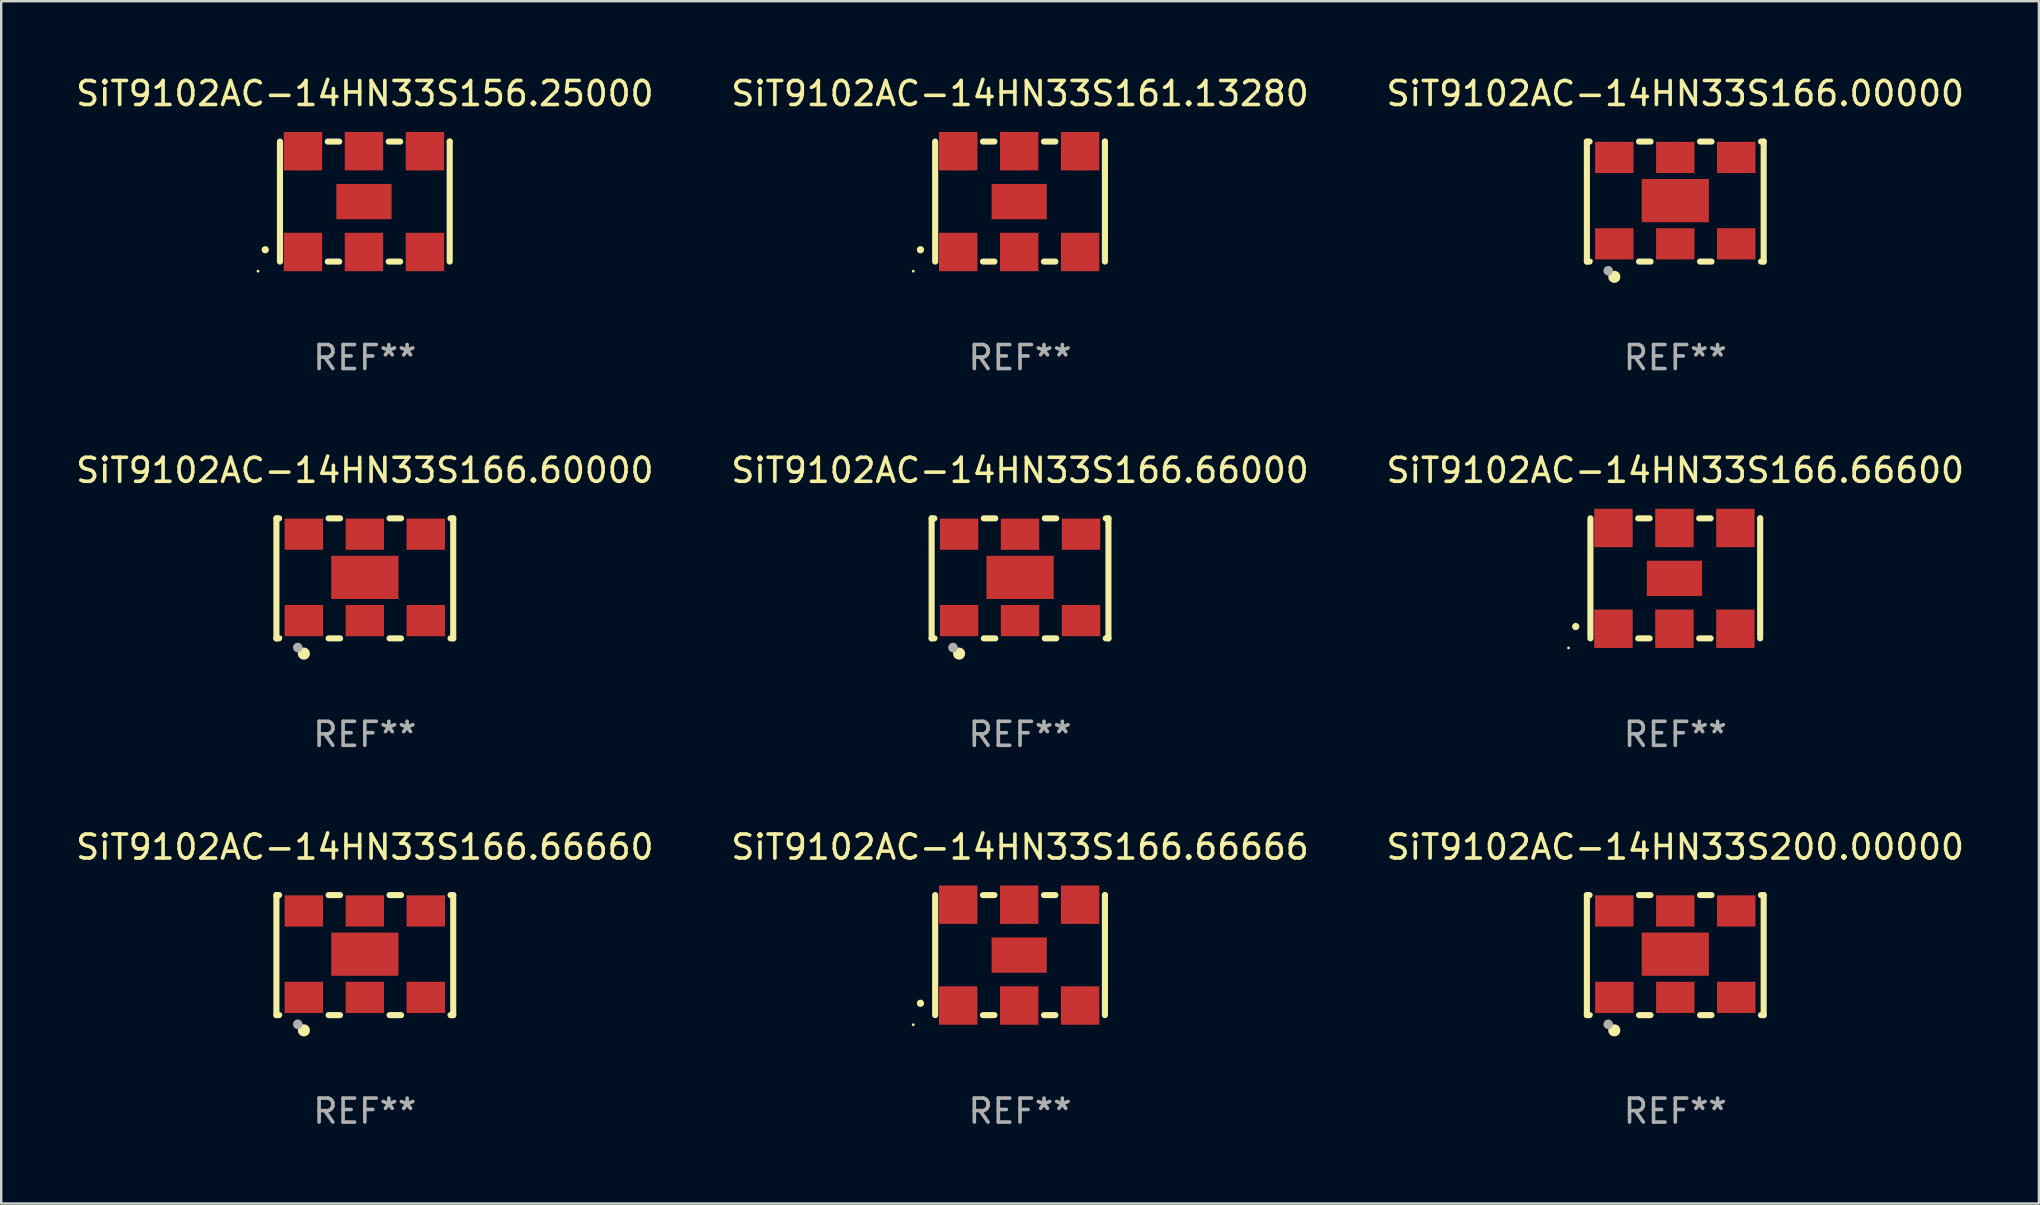
<source format=kicad_pcb>
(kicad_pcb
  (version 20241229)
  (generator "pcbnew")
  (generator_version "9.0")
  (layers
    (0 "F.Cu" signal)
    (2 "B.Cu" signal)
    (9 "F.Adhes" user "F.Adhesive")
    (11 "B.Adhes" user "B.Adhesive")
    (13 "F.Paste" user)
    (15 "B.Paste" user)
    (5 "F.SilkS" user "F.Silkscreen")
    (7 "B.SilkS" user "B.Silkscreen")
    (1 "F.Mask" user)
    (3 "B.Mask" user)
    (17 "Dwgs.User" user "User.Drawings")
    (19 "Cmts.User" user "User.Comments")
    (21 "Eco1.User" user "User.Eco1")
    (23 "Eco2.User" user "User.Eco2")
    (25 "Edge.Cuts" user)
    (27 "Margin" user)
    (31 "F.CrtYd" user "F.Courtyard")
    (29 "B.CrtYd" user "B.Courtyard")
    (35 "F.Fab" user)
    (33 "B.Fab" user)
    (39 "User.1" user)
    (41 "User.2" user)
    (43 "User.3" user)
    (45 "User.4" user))
  (footprint "SiT9102AC-14HN33S166.66666"
    (layer "F.Cu")
    (at 39.446 36.741)
    (property "Reference" "SiT9102AC-14HN33S166.66666" (at 0 -4.5 0) (layer "F.SilkS") (effects (font (size 1 1) (thickness 0.15))))
    (attr through_hole)
    (fp_line (start -3.536 -2.5) (end -3.536 2.5) (stroke (width 0.254) (type solid)) (layer "F.SilkS"))
    (fp_line (start -1.544 2.5) (end -1.067 2.5) (stroke (width 0.254) (type solid)) (layer "F.SilkS"))
    (fp_line (start -1.067 -2.5) (end -1.544 -2.5) (stroke (width 0.254) (type solid)) (layer "F.SilkS"))
    (fp_line (start 0.996 2.5) (end 1.473 2.5) (stroke (width 0.254) (type solid)) (layer "F.SilkS"))
    (fp_line (start 1.473 -2.5) (end 0.996 -2.5) (stroke (width 0.254) (type solid)) (layer "F.SilkS"))
    (fp_line (start 3.536 -2.5) (end 3.536 -2.5) (stroke (width 0.254) (type solid)) (layer "F.SilkS"))
    (fp_line (start 3.536 2.5) (end 3.536 -2.5) (stroke (width 0.254) (type solid)) (layer "F.SilkS"))
    (fp_arc (start -4.150432 2.006604) (mid -4.149162 2.006599) (end -4.147892 2.006604) (stroke (width 0.3) (type solid)) (layer "F.SilkS"))
    (fp_circle (center -4.449 2.9) (end -4.419 2.9) (stroke (width 0.06) (type solid)) (fill no) (layer "F.SilkS"))
    (fp_text user "REF**" (at 0 6.5 0) (layer "F.Fab") (effects (font (size 1 1) (thickness 0.15))))
    (pad "1" smd rect (at -2.576 2.1) (size 1.6 1.6) (layers "F.Cu" "F.Mask" "F.Paste"))
    (pad "2" smd rect (at -0.036 2.1) (size 1.6 1.6) (layers "F.Cu" "F.Mask" "F.Paste"))
    (pad "3" smd rect (at 2.504 2.1) (size 1.6 1.6) (layers "F.Cu" "F.Mask" "F.Paste"))
    (pad "4" smd rect (at 2.504 -2.1) (size 1.6 1.6) (layers "F.Cu" "F.Mask" "F.Paste"))
    (pad "5" smd rect (at -0.036 -2.1) (size 1.6 1.6) (layers "F.Cu" "F.Mask" "F.Paste"))
    (pad "6" smd rect (at -2.576 -2.1) (size 1.6 1.6) (layers "F.Cu" "F.Mask" "F.Paste"))
    (pad "7" smd rect (at -0.036 0) (size 2.3 1.47) (layers "F.Cu" "F.Mask" "F.Paste")))
  (footprint "SiT9102AC-14HN33S166.66600"
    (layer "F.Cu")
    (at 66.744 21.045)
    (property "Reference" "SiT9102AC-14HN33S166.66600" (at 0 -4.5 0) (layer "F.SilkS") (effects (font (size 1 1) (thickness 0.15))))
    (attr through_hole)
    (fp_line (start -3.536 -2.5) (end -3.536 2.5) (stroke (width 0.254) (type solid)) (layer "F.SilkS"))
    (fp_line (start -1.544 2.5) (end -1.067 2.5) (stroke (width 0.254) (type solid)) (layer "F.SilkS"))
    (fp_line (start -1.067 -2.5) (end -1.544 -2.5) (stroke (width 0.254) (type solid)) (layer "F.SilkS"))
    (fp_line (start 0.996 2.5) (end 1.473 2.5) (stroke (width 0.254) (type solid)) (layer "F.SilkS"))
    (fp_line (start 1.473 -2.5) (end 0.996 -2.5) (stroke (width 0.254) (type solid)) (layer "F.SilkS"))
    (fp_line (start 3.536 -2.5) (end 3.536 -2.5) (stroke (width 0.254) (type solid)) (layer "F.SilkS"))
    (fp_line (start 3.536 2.5) (end 3.536 -2.5) (stroke (width 0.254) (type solid)) (layer "F.SilkS"))
    (fp_arc (start -4.150432 2.006604) (mid -4.149162 2.006599) (end -4.147892 2.006604) (stroke (width 0.3) (type solid)) (layer "F.SilkS"))
    (fp_circle (center -4.449 2.9) (end -4.419 2.9) (stroke (width 0.06) (type solid)) (fill no) (layer "F.SilkS"))
    (fp_text user "REF**" (at 0 6.5 0) (layer "F.Fab") (effects (font (size 1 1) (thickness 0.15))))
    (pad "1" smd rect (at -2.576 2.1) (size 1.6 1.6) (layers "F.Cu" "F.Mask" "F.Paste"))
    (pad "2" smd rect (at -0.036 2.1) (size 1.6 1.6) (layers "F.Cu" "F.Mask" "F.Paste"))
    (pad "3" smd rect (at 2.504 2.1) (size 1.6 1.6) (layers "F.Cu" "F.Mask" "F.Paste"))
    (pad "4" smd rect (at 2.504 -2.1) (size 1.6 1.6) (layers "F.Cu" "F.Mask" "F.Paste"))
    (pad "5" smd rect (at -0.036 -2.1) (size 1.6 1.6) (layers "F.Cu" "F.Mask" "F.Paste"))
    (pad "6" smd rect (at -2.576 -2.1) (size 1.6 1.6) (layers "F.Cu" "F.Mask" "F.Paste"))
    (pad "7" smd rect (at -0.036 0) (size 2.3 1.47) (layers "F.Cu" "F.Mask" "F.Paste")))
  (footprint "SiT9102AC-14HN33S161.13280"
    (layer "F.Cu")
    (at 39.446 5.348)
    (property "Reference" "SiT9102AC-14HN33S161.13280" (at 0 -4.5 0) (layer "F.SilkS") (effects (font (size 1 1) (thickness 0.15))))
    (attr through_hole)
    (fp_line (start -3.536 -2.5) (end -3.536 2.5) (stroke (width 0.254) (type solid)) (layer "F.SilkS"))
    (fp_line (start -1.544 2.5) (end -1.067 2.5) (stroke (width 0.254) (type solid)) (layer "F.SilkS"))
    (fp_line (start -1.067 -2.5) (end -1.544 -2.5) (stroke (width 0.254) (type solid)) (layer "F.SilkS"))
    (fp_line (start 0.996 2.5) (end 1.473 2.5) (stroke (width 0.254) (type solid)) (layer "F.SilkS"))
    (fp_line (start 1.473 -2.5) (end 0.996 -2.5) (stroke (width 0.254) (type solid)) (layer "F.SilkS"))
    (fp_line (start 3.536 -2.5) (end 3.536 -2.5) (stroke (width 0.254) (type solid)) (layer "F.SilkS"))
    (fp_line (start 3.536 2.5) (end 3.536 -2.5) (stroke (width 0.254) (type solid)) (layer "F.SilkS"))
    (fp_arc (start -4.150432 2.006604) (mid -4.149162 2.006599) (end -4.147892 2.006604) (stroke (width 0.3) (type solid)) (layer "F.SilkS"))
    (fp_circle (center -4.449 2.9) (end -4.419 2.9) (stroke (width 0.06) (type solid)) (fill no) (layer "F.SilkS"))
    (fp_text user "REF**" (at 0 6.5 0) (layer "F.Fab") (effects (font (size 1 1) (thickness 0.15))))
    (pad "1" smd rect (at -2.576 2.1) (size 1.6 1.6) (layers "F.Cu" "F.Mask" "F.Paste"))
    (pad "2" smd rect (at -0.036 2.1) (size 1.6 1.6) (layers "F.Cu" "F.Mask" "F.Paste"))
    (pad "3" smd rect (at 2.504 2.1) (size 1.6 1.6) (layers "F.Cu" "F.Mask" "F.Paste"))
    (pad "4" smd rect (at 2.504 -2.1) (size 1.6 1.6) (layers "F.Cu" "F.Mask" "F.Paste"))
    (pad "5" smd rect (at -0.036 -2.1) (size 1.6 1.6) (layers "F.Cu" "F.Mask" "F.Paste"))
    (pad "6" smd rect (at -2.576 -2.1) (size 1.6 1.6) (layers "F.Cu" "F.Mask" "F.Paste"))
    (pad "7" smd rect (at -0.036 0) (size 2.3 1.47) (layers "F.Cu" "F.Mask" "F.Paste")))
  (footprint "SiT9102AC-14HN33S156.25000"
    (layer "F.Cu")
    (at 12.149 5.348)
    (property "Reference" "SiT9102AC-14HN33S156.25000" (at 0 -4.5 0) (layer "F.SilkS") (effects (font (size 1 1) (thickness 0.15))))
    (attr through_hole)
    (fp_line (start -3.536 -2.5) (end -3.536 2.5) (stroke (width 0.254) (type solid)) (layer "F.SilkS"))
    (fp_line (start -1.544 2.5) (end -1.067 2.5) (stroke (width 0.254) (type solid)) (layer "F.SilkS"))
    (fp_line (start -1.067 -2.5) (end -1.544 -2.5) (stroke (width 0.254) (type solid)) (layer "F.SilkS"))
    (fp_line (start 0.996 2.5) (end 1.473 2.5) (stroke (width 0.254) (type solid)) (layer "F.SilkS"))
    (fp_line (start 1.473 -2.5) (end 0.996 -2.5) (stroke (width 0.254) (type solid)) (layer "F.SilkS"))
    (fp_line (start 3.536 -2.5) (end 3.536 -2.5) (stroke (width 0.254) (type solid)) (layer "F.SilkS"))
    (fp_line (start 3.536 2.5) (end 3.536 -2.5) (stroke (width 0.254) (type solid)) (layer "F.SilkS"))
    (fp_arc (start -4.150432 2.006604) (mid -4.149162 2.006599) (end -4.147892 2.006604) (stroke (width 0.3) (type solid)) (layer "F.SilkS"))
    (fp_circle (center -4.449 2.9) (end -4.419 2.9) (stroke (width 0.06) (type solid)) (fill no) (layer "F.SilkS"))
    (fp_text user "REF**" (at 0 6.5 0) (layer "F.Fab") (effects (font (size 1 1) (thickness 0.15))))
    (pad "1" smd rect (at -2.576 2.1) (size 1.6 1.6) (layers "F.Cu" "F.Mask" "F.Paste"))
    (pad "2" smd rect (at -0.036 2.1) (size 1.6 1.6) (layers "F.Cu" "F.Mask" "F.Paste"))
    (pad "3" smd rect (at 2.504 2.1) (size 1.6 1.6) (layers "F.Cu" "F.Mask" "F.Paste"))
    (pad "4" smd rect (at 2.504 -2.1) (size 1.6 1.6) (layers "F.Cu" "F.Mask" "F.Paste"))
    (pad "5" smd rect (at -0.036 -2.1) (size 1.6 1.6) (layers "F.Cu" "F.Mask" "F.Paste"))
    (pad "6" smd rect (at -2.576 -2.1) (size 1.6 1.6) (layers "F.Cu" "F.Mask" "F.Paste"))
    (pad "7" smd rect (at -0.036 0) (size 2.3 1.47) (layers "F.Cu" "F.Mask" "F.Paste")))
  (footprint "SiT9102AC-14HN33S200.00000"
    (layer "F.Cu")
    (at 66.744 36.741)
    (property "Reference" "SiT9102AC-14HN33S200.00000" (at 0 -4.5 0) (layer "F.SilkS") (effects (font (size 1 1) (thickness 0.15))))
    (attr through_hole)
    (fp_line (start -3.683 -2.5) (end -3.571 -2.5) (stroke (width 0.254) (type solid)) (layer "F.SilkS"))
    (fp_line (start -3.683 2.5) (end -3.683 -2.5) (stroke (width 0.254) (type solid)) (layer "F.SilkS"))
    (fp_line (start -3.683 2.5) (end -3.571 2.5) (stroke (width 0.254) (type solid)) (layer "F.SilkS"))
    (fp_line (start -1.509 -2.5) (end -1.031 -2.5) (stroke (width 0.254) (type solid)) (layer "F.SilkS"))
    (fp_line (start -1.509 2.5) (end -1.031 2.5) (stroke (width 0.254) (type solid)) (layer "F.SilkS"))
    (fp_line (start 1.031 -2.5) (end 1.509 -2.5) (stroke (width 0.254) (type solid)) (layer "F.SilkS"))
    (fp_line (start 1.031 2.5) (end 1.509 2.5) (stroke (width 0.254) (type solid)) (layer "F.SilkS"))
    (fp_line (start 3.571 -2.5) (end 3.683 -2.5) (stroke (width 0.254) (type solid)) (layer "F.SilkS"))
    (fp_line (start 3.571 2.5) (end 3.683 2.5) (stroke (width 0.254) (type solid)) (layer "F.SilkS"))
    (fp_line (start 3.683 2.5) (end 3.683 -2.5) (stroke (width 0.254) (type solid)) (layer "F.SilkS"))
    (fp_circle (center -3.5 2.46) (end -3.47 2.46) (stroke (width 0.06) (type solid)) (fill no) (layer "F.SilkS"))
    (fp_circle (center -2.54 3.135) (end -2.413 3.135) (stroke (width 0.254) (type solid)) (fill no) (layer "F.SilkS"))
    (fp_circle (center -2.794 2.881) (end -2.694 2.881) (stroke (width 0.2) (type solid)) (fill no) (layer "F.Fab"))
    (fp_text user "REF**" (at 0 6.5 0) (layer "F.Fab") (effects (font (size 1 1) (thickness 0.15))))
    (pad "1" smd rect (at -2.54 1.76) (size 1.6 1.3) (layers "F.Cu" "F.Mask" "F.Paste"))
    (pad "2" smd rect (at 0 1.76) (size 1.6 1.3) (layers "F.Cu" "F.Mask" "F.Paste"))
    (pad "3" smd rect (at 2.54 1.76) (size 1.6 1.3) (layers "F.Cu" "F.Mask" "F.Paste"))
    (pad "4" smd rect (at 2.54 -1.84) (size 1.6 1.3) (layers "F.Cu" "F.Mask" "F.Paste"))
    (pad "5" smd rect (at 0 -1.84) (size 1.6 1.3) (layers "F.Cu" "F.Mask" "F.Paste"))
    (pad "6" smd rect (at -2.54 -1.84) (size 1.6 1.3) (layers "F.Cu" "F.Mask" "F.Paste"))
    (pad "7" smd rect (at 0 -0.04) (size 2.8 1.8) (layers "F.Cu" "F.Mask" "F.Paste")))
  (footprint "SiT9102AC-14HN33S166.00000"
    (layer "F.Cu")
    (at 66.744 5.348)
    (property "Reference" "SiT9102AC-14HN33S166.00000" (at 0 -4.5 0) (layer "F.SilkS") (effects (font (size 1 1) (thickness 0.15))))
    (attr through_hole)
    (fp_line (start -3.683 -2.5) (end -3.571 -2.5) (stroke (width 0.254) (type solid)) (layer "F.SilkS"))
    (fp_line (start -3.683 2.5) (end -3.683 -2.5) (stroke (width 0.254) (type solid)) (layer "F.SilkS"))
    (fp_line (start -3.683 2.5) (end -3.571 2.5) (stroke (width 0.254) (type solid)) (layer "F.SilkS"))
    (fp_line (start -1.509 -2.5) (end -1.031 -2.5) (stroke (width 0.254) (type solid)) (layer "F.SilkS"))
    (fp_line (start -1.509 2.5) (end -1.031 2.5) (stroke (width 0.254) (type solid)) (layer "F.SilkS"))
    (fp_line (start 1.031 -2.5) (end 1.509 -2.5) (stroke (width 0.254) (type solid)) (layer "F.SilkS"))
    (fp_line (start 1.031 2.5) (end 1.509 2.5) (stroke (width 0.254) (type solid)) (layer "F.SilkS"))
    (fp_line (start 3.571 -2.5) (end 3.683 -2.5) (stroke (width 0.254) (type solid)) (layer "F.SilkS"))
    (fp_line (start 3.571 2.5) (end 3.683 2.5) (stroke (width 0.254) (type solid)) (layer "F.SilkS"))
    (fp_line (start 3.683 2.5) (end 3.683 -2.5) (stroke (width 0.254) (type solid)) (layer "F.SilkS"))
    (fp_circle (center -3.5 2.46) (end -3.47 2.46) (stroke (width 0.06) (type solid)) (fill no) (layer "F.SilkS"))
    (fp_circle (center -2.54 3.135) (end -2.413 3.135) (stroke (width 0.254) (type solid)) (fill no) (layer "F.SilkS"))
    (fp_circle (center -2.794 2.881) (end -2.694 2.881) (stroke (width 0.2) (type solid)) (fill no) (layer "F.Fab"))
    (fp_text user "REF**" (at 0 6.5 0) (layer "F.Fab") (effects (font (size 1 1) (thickness 0.15))))
    (pad "1" smd rect (at -2.54 1.76) (size 1.6 1.3) (layers "F.Cu" "F.Mask" "F.Paste"))
    (pad "2" smd rect (at 0 1.76) (size 1.6 1.3) (layers "F.Cu" "F.Mask" "F.Paste"))
    (pad "3" smd rect (at 2.54 1.76) (size 1.6 1.3) (layers "F.Cu" "F.Mask" "F.Paste"))
    (pad "4" smd rect (at 2.54 -1.84) (size 1.6 1.3) (layers "F.Cu" "F.Mask" "F.Paste"))
    (pad "5" smd rect (at 0 -1.84) (size 1.6 1.3) (layers "F.Cu" "F.Mask" "F.Paste"))
    (pad "6" smd rect (at -2.54 -1.84) (size 1.6 1.3) (layers "F.Cu" "F.Mask" "F.Paste"))
    (pad "7" smd rect (at 0 -0.04) (size 2.8 1.8) (layers "F.Cu" "F.Mask" "F.Paste")))
  (footprint "SiT9102AC-14HN33S166.66660"
    (layer "F.Cu")
    (at 12.149 36.741)
    (property "Reference" "SiT9102AC-14HN33S166.66660" (at 0 -4.5 0) (layer "F.SilkS") (effects (font (size 1 1) (thickness 0.15))))
    (attr through_hole)
    (fp_line (start -3.683 -2.5) (end -3.571 -2.5) (stroke (width 0.254) (type solid)) (layer "F.SilkS"))
    (fp_line (start -3.683 2.5) (end -3.683 -2.5) (stroke (width 0.254) (type solid)) (layer "F.SilkS"))
    (fp_line (start -3.683 2.5) (end -3.571 2.5) (stroke (width 0.254) (type solid)) (layer "F.SilkS"))
    (fp_line (start -1.509 -2.5) (end -1.031 -2.5) (stroke (width 0.254) (type solid)) (layer "F.SilkS"))
    (fp_line (start -1.509 2.5) (end -1.031 2.5) (stroke (width 0.254) (type solid)) (layer "F.SilkS"))
    (fp_line (start 1.031 -2.5) (end 1.509 -2.5) (stroke (width 0.254) (type solid)) (layer "F.SilkS"))
    (fp_line (start 1.031 2.5) (end 1.509 2.5) (stroke (width 0.254) (type solid)) (layer "F.SilkS"))
    (fp_line (start 3.571 -2.5) (end 3.683 -2.5) (stroke (width 0.254) (type solid)) (layer "F.SilkS"))
    (fp_line (start 3.571 2.5) (end 3.683 2.5) (stroke (width 0.254) (type solid)) (layer "F.SilkS"))
    (fp_line (start 3.683 2.5) (end 3.683 -2.5) (stroke (width 0.254) (type solid)) (layer "F.SilkS"))
    (fp_circle (center -3.5 2.46) (end -3.47 2.46) (stroke (width 0.06) (type solid)) (fill no) (layer "F.SilkS"))
    (fp_circle (center -2.54 3.135) (end -2.413 3.135) (stroke (width 0.254) (type solid)) (fill no) (layer "F.SilkS"))
    (fp_circle (center -2.794 2.881) (end -2.694 2.881) (stroke (width 0.2) (type solid)) (fill no) (layer "F.Fab"))
    (fp_text user "REF**" (at 0 6.5 0) (layer "F.Fab") (effects (font (size 1 1) (thickness 0.15))))
    (pad "1" smd rect (at -2.54 1.76) (size 1.6 1.3) (layers "F.Cu" "F.Mask" "F.Paste"))
    (pad "2" smd rect (at 0 1.76) (size 1.6 1.3) (layers "F.Cu" "F.Mask" "F.Paste"))
    (pad "3" smd rect (at 2.54 1.76) (size 1.6 1.3) (layers "F.Cu" "F.Mask" "F.Paste"))
    (pad "4" smd rect (at 2.54 -1.84) (size 1.6 1.3) (layers "F.Cu" "F.Mask" "F.Paste"))
    (pad "5" smd rect (at 0 -1.84) (size 1.6 1.3) (layers "F.Cu" "F.Mask" "F.Paste"))
    (pad "6" smd rect (at -2.54 -1.84) (size 1.6 1.3) (layers "F.Cu" "F.Mask" "F.Paste"))
    (pad "7" smd rect (at 0 -0.04) (size 2.8 1.8) (layers "F.Cu" "F.Mask" "F.Paste")))
  (footprint "SiT9102AC-14HN33S166.66000"
    (layer "F.Cu")
    (at 39.446 21.045)
    (property "Reference" "SiT9102AC-14HN33S166.66000" (at 0 -4.5 0) (layer "F.SilkS") (effects (font (size 1 1) (thickness 0.15))))
    (attr through_hole)
    (fp_line (start -3.683 -2.5) (end -3.571 -2.5) (stroke (width 0.254) (type solid)) (layer "F.SilkS"))
    (fp_line (start -3.683 2.5) (end -3.683 -2.5) (stroke (width 0.254) (type solid)) (layer "F.SilkS"))
    (fp_line (start -3.683 2.5) (end -3.571 2.5) (stroke (width 0.254) (type solid)) (layer "F.SilkS"))
    (fp_line (start -1.509 -2.5) (end -1.031 -2.5) (stroke (width 0.254) (type solid)) (layer "F.SilkS"))
    (fp_line (start -1.509 2.5) (end -1.031 2.5) (stroke (width 0.254) (type solid)) (layer "F.SilkS"))
    (fp_line (start 1.031 -2.5) (end 1.509 -2.5) (stroke (width 0.254) (type solid)) (layer "F.SilkS"))
    (fp_line (start 1.031 2.5) (end 1.509 2.5) (stroke (width 0.254) (type solid)) (layer "F.SilkS"))
    (fp_line (start 3.571 -2.5) (end 3.683 -2.5) (stroke (width 0.254) (type solid)) (layer "F.SilkS"))
    (fp_line (start 3.571 2.5) (end 3.683 2.5) (stroke (width 0.254) (type solid)) (layer "F.SilkS"))
    (fp_line (start 3.683 2.5) (end 3.683 -2.5) (stroke (width 0.254) (type solid)) (layer "F.SilkS"))
    (fp_circle (center -3.5 2.46) (end -3.47 2.46) (stroke (width 0.06) (type solid)) (fill no) (layer "F.SilkS"))
    (fp_circle (center -2.54 3.135) (end -2.413 3.135) (stroke (width 0.254) (type solid)) (fill no) (layer "F.SilkS"))
    (fp_circle (center -2.794 2.881) (end -2.694 2.881) (stroke (width 0.2) (type solid)) (fill no) (layer "F.Fab"))
    (fp_text user "REF**" (at 0 6.5 0) (layer "F.Fab") (effects (font (size 1 1) (thickness 0.15))))
    (pad "1" smd rect (at -2.54 1.76) (size 1.6 1.3) (layers "F.Cu" "F.Mask" "F.Paste"))
    (pad "2" smd rect (at 0 1.76) (size 1.6 1.3) (layers "F.Cu" "F.Mask" "F.Paste"))
    (pad "3" smd rect (at 2.54 1.76) (size 1.6 1.3) (layers "F.Cu" "F.Mask" "F.Paste"))
    (pad "4" smd rect (at 2.54 -1.84) (size 1.6 1.3) (layers "F.Cu" "F.Mask" "F.Paste"))
    (pad "5" smd rect (at 0 -1.84) (size 1.6 1.3) (layers "F.Cu" "F.Mask" "F.Paste"))
    (pad "6" smd rect (at -2.54 -1.84) (size 1.6 1.3) (layers "F.Cu" "F.Mask" "F.Paste"))
    (pad "7" smd rect (at 0 -0.04) (size 2.8 1.8) (layers "F.Cu" "F.Mask" "F.Paste")))
  (footprint "SiT9102AC-14HN33S166.60000"
    (layer "F.Cu")
    (at 12.149 21.045)
    (property "Reference" "SiT9102AC-14HN33S166.60000" (at 0 -4.5 0) (layer "F.SilkS") (effects (font (size 1 1) (thickness 0.15))))
    (attr through_hole)
    (fp_line (start -3.683 -2.5) (end -3.571 -2.5) (stroke (width 0.254) (type solid)) (layer "F.SilkS"))
    (fp_line (start -3.683 2.5) (end -3.683 -2.5) (stroke (width 0.254) (type solid)) (layer "F.SilkS"))
    (fp_line (start -3.683 2.5) (end -3.571 2.5) (stroke (width 0.254) (type solid)) (layer "F.SilkS"))
    (fp_line (start -1.509 -2.5) (end -1.031 -2.5) (stroke (width 0.254) (type solid)) (layer "F.SilkS"))
    (fp_line (start -1.509 2.5) (end -1.031 2.5) (stroke (width 0.254) (type solid)) (layer "F.SilkS"))
    (fp_line (start 1.031 -2.5) (end 1.509 -2.5) (stroke (width 0.254) (type solid)) (layer "F.SilkS"))
    (fp_line (start 1.031 2.5) (end 1.509 2.5) (stroke (width 0.254) (type solid)) (layer "F.SilkS"))
    (fp_line (start 3.571 -2.5) (end 3.683 -2.5) (stroke (width 0.254) (type solid)) (layer "F.SilkS"))
    (fp_line (start 3.571 2.5) (end 3.683 2.5) (stroke (width 0.254) (type solid)) (layer "F.SilkS"))
    (fp_line (start 3.683 2.5) (end 3.683 -2.5) (stroke (width 0.254) (type solid)) (layer "F.SilkS"))
    (fp_circle (center -3.5 2.46) (end -3.47 2.46) (stroke (width 0.06) (type solid)) (fill no) (layer "F.SilkS"))
    (fp_circle (center -2.54 3.135) (end -2.413 3.135) (stroke (width 0.254) (type solid)) (fill no) (layer "F.SilkS"))
    (fp_circle (center -2.794 2.881) (end -2.694 2.881) (stroke (width 0.2) (type solid)) (fill no) (layer "F.Fab"))
    (fp_text user "REF**" (at 0 6.5 0) (layer "F.Fab") (effects (font (size 1 1) (thickness 0.15))))
    (pad "1" smd rect (at -2.54 1.76) (size 1.6 1.3) (layers "F.Cu" "F.Mask" "F.Paste"))
    (pad "2" smd rect (at 0 1.76) (size 1.6 1.3) (layers "F.Cu" "F.Mask" "F.Paste"))
    (pad "3" smd rect (at 2.54 1.76) (size 1.6 1.3) (layers "F.Cu" "F.Mask" "F.Paste"))
    (pad "4" smd rect (at 2.54 -1.84) (size 1.6 1.3) (layers "F.Cu" "F.Mask" "F.Paste"))
    (pad "5" smd rect (at 0 -1.84) (size 1.6 1.3) (layers "F.Cu" "F.Mask" "F.Paste"))
    (pad "6" smd rect (at -2.54 -1.84) (size 1.6 1.3) (layers "F.Cu" "F.Mask" "F.Paste"))
    (pad "7" smd rect (at 0 -0.04) (size 2.8 1.8) (layers "F.Cu" "F.Mask" "F.Paste")))
  (gr_rect
    (start -3 -3)
    (end 81.893 47.09)
    (stroke (width 0.1) (type default))
    (fill no)
    (layer "Edge.Cuts")))
</source>
